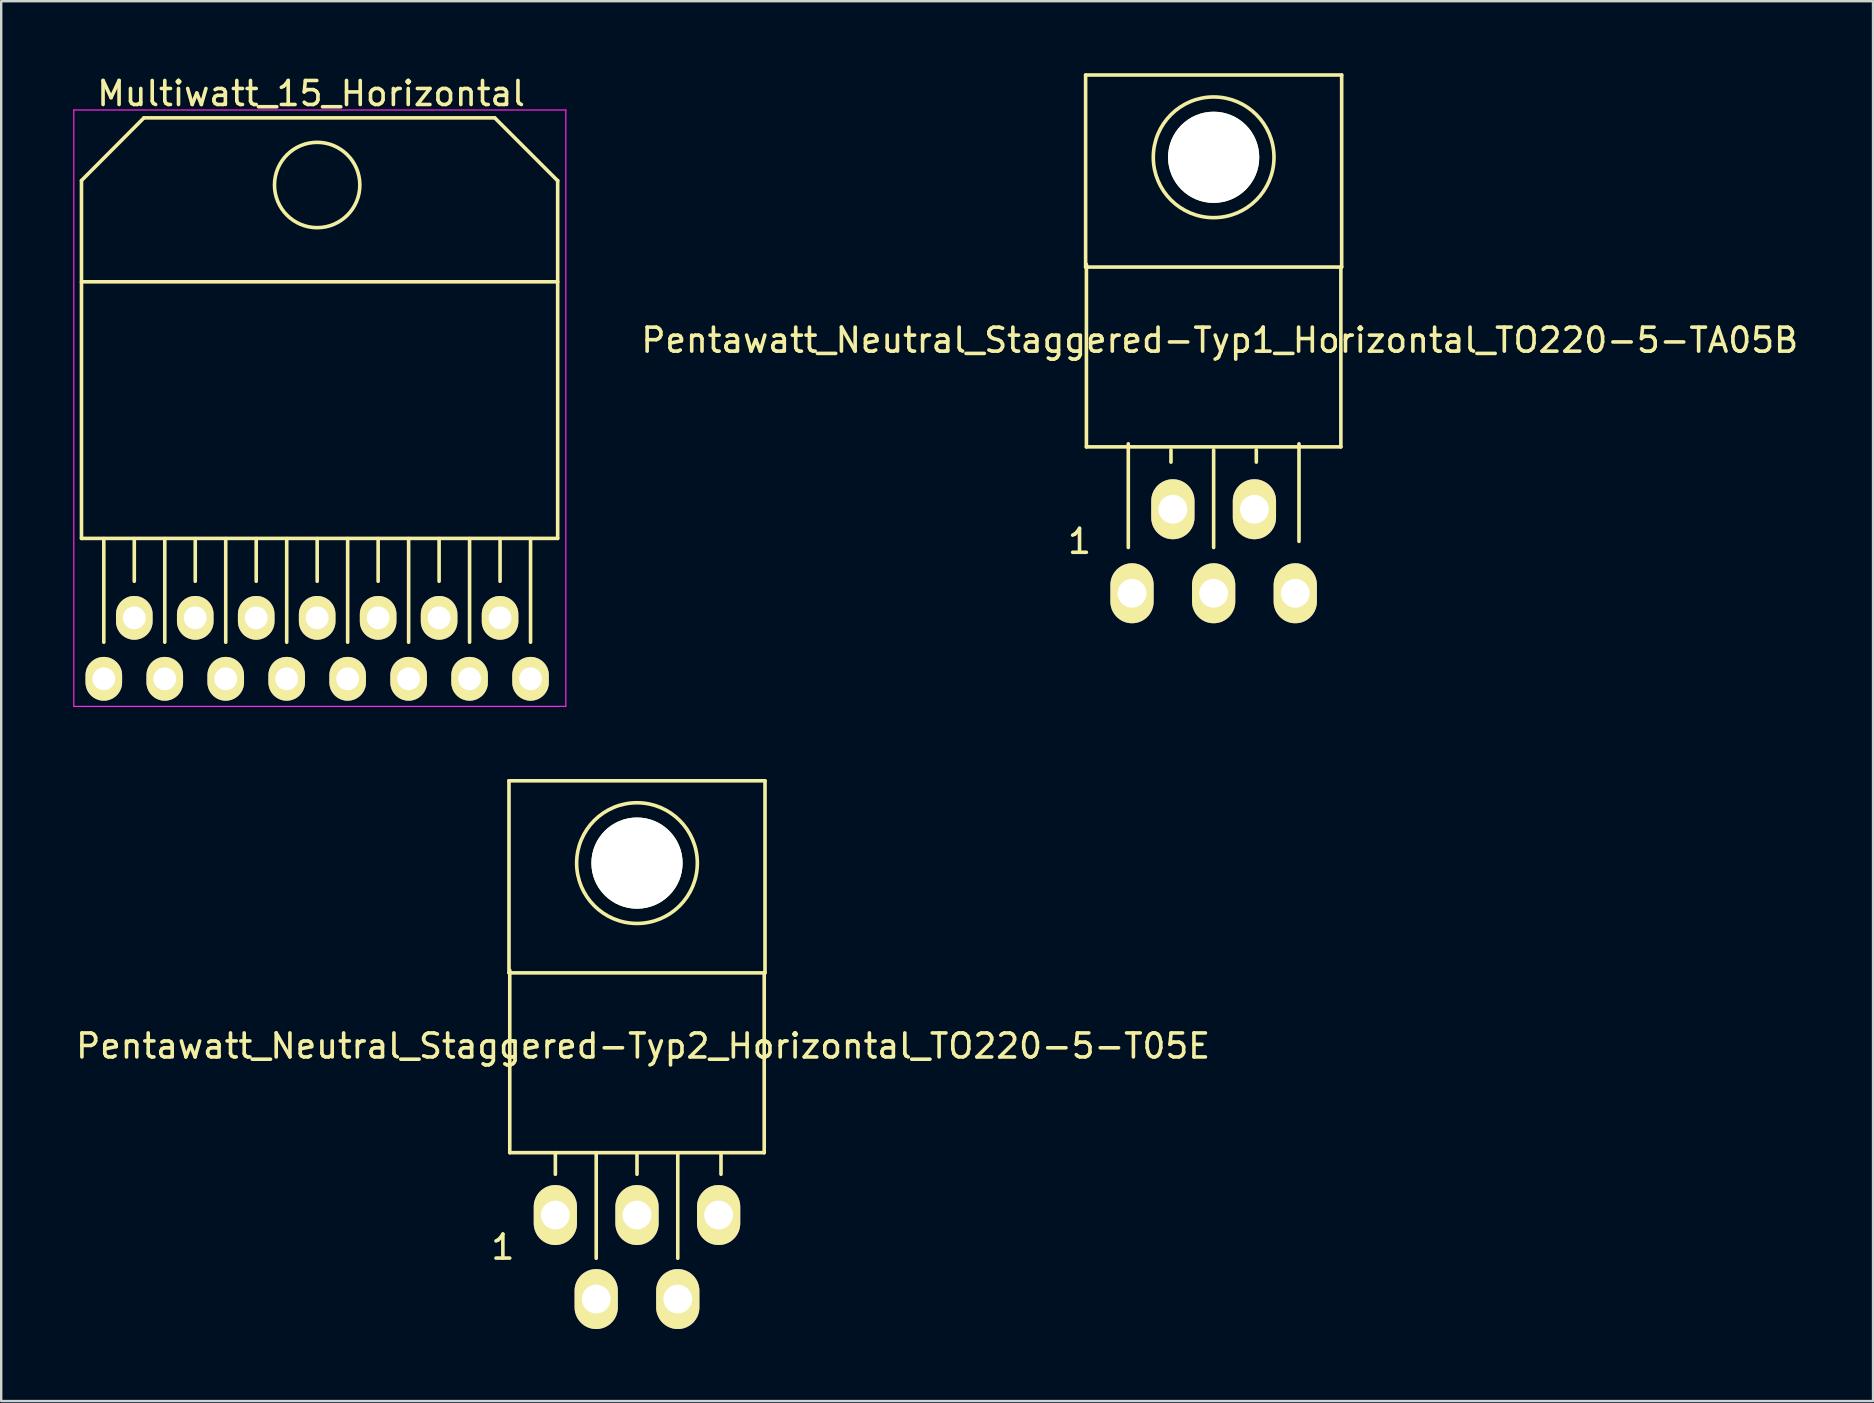
<source format=kicad_pcb>
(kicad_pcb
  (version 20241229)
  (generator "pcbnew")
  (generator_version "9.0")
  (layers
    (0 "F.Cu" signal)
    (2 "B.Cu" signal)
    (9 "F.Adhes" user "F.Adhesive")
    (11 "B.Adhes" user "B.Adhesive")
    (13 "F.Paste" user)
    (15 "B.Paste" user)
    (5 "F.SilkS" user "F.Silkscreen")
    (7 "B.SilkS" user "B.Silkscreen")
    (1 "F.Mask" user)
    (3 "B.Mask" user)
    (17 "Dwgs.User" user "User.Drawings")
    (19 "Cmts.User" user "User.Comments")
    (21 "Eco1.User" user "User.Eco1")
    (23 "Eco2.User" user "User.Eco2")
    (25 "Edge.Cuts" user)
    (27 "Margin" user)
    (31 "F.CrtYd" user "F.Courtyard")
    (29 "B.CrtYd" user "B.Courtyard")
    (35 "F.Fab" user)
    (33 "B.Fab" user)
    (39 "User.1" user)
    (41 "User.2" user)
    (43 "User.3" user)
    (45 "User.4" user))
  (footprint "Pentawatt_Neutral_Staggered-Typ2_Horizontal_TO220-5-T05E"
    (layer "F.Cu")
    (at 23.49 49.675)
    (property "Reference" "Pentawatt_Neutral_Staggered-Typ2_Horizontal_TO220-5-T05E" (at 0.254 -9.144 0) (layer "F.SilkS") (effects (font (size 1 1) (thickness 0.15))))
    (attr through_hole)
    (fp_line (start -5.334 -20.193) (end -5.334 -12.192) (stroke (width 0.15) (type solid)) (layer "F.SilkS"))
    (fp_line (start -5.301 -4.699) (end -5.301 -12.301) (stroke (width 0.15) (type solid)) (layer "F.SilkS"))
    (fp_line (start -5.301 -4.699) (end 5.301 -4.699) (stroke (width 0.15) (type solid)) (layer "F.SilkS"))
    (fp_line (start -3.401 -3.8) (end -3.401 -4.699) (stroke (width 0.15) (type solid)) (layer "F.SilkS"))
    (fp_line (start -1.699 -0.3) (end -1.699 -4.699) (stroke (width 0.15) (type solid)) (layer "F.SilkS"))
    (fp_line (start 0 -3.8) (end 0 -4.699) (stroke (width 0.15) (type solid)) (layer "F.SilkS"))
    (fp_line (start 1.699 -0.3) (end 1.699 -4.699) (stroke (width 0.15) (type solid)) (layer "F.SilkS"))
    (fp_line (start 3.5 -3.8) (end 3.5 -4.699) (stroke (width 0.15) (type solid)) (layer "F.SilkS"))
    (fp_line (start 5.301 -12.2) (end 5.301 -4.699) (stroke (width 0.15) (type solid)) (layer "F.SilkS"))
    (fp_line (start 5.334 -20.193) (end -5.334 -20.193) (stroke (width 0.15) (type solid)) (layer "F.SilkS"))
    (fp_line (start 5.334 -12.192) (end -5.334 -12.192) (stroke (width 0.15) (type solid)) (layer "F.SilkS"))
    (fp_line (start 5.334 -12.192) (end 5.334 -20.193) (stroke (width 0.15) (type solid)) (layer "F.SilkS"))
    (fp_circle (center 0 -16.764) (end 1.778 -14.986) (stroke (width 0.15) (type solid)) (fill no) (layer "F.SilkS"))
    (fp_text user "1" (at -5.588 -0.762 0) (layer "F.SilkS") (effects (font (size 1 1) (thickness 0.15))))
    (pad "" np_thru_hole circle (at 0 -16.764 90) (size 3.8 3.8) (drill 3.8) (layers "*.Cu" "*.Mask" "F.SilkS"))
    (pad "1" thru_hole oval (at -3.401 -2.101 90) (size 2.499 1.801) (drill 1.199) (layers "*.Cu" "*.Mask" "F.SilkS"))
    (pad "2" thru_hole oval (at -1.699 1.4 90) (size 2.499 1.801) (drill 1.199) (layers "*.Cu" "*.Mask" "F.SilkS"))
    (pad "3" thru_hole oval (at 0 -2.101 90) (size 2.499 1.801) (drill 1.199) (layers "*.Cu" "*.Mask" "F.SilkS"))
    (pad "4" thru_hole oval (at 1.699 1.4 90) (size 2.499 1.801) (drill 1.199) (layers "*.Cu" "*.Mask" "F.SilkS"))
    (pad "5" thru_hole oval (at 3.401 -2.101 90) (size 2.499 1.801) (drill 1.199) (layers "*.Cu" "*.Mask" "F.SilkS")))
  (footprint "Pentawatt_Neutral_Staggered-Typ1_Horizontal_TO220-5-TA05B"
    (layer "F.Cu")
    (at 47.516 20.268)
    (property "Reference" "Pentawatt_Neutral_Staggered-Typ1_Horizontal_TO220-5-TA05B" (at 0.254 -9.144 0) (layer "F.SilkS") (effects (font (size 1 1) (thickness 0.15))))
    (attr through_hole)
    (fp_line (start -5.334 -20.193) (end -5.334 -12.192) (stroke (width 0.15) (type solid)) (layer "F.SilkS"))
    (fp_line (start -5.301 -4.699) (end -5.301 -12.301) (stroke (width 0.15) (type solid)) (layer "F.SilkS"))
    (fp_line (start -5.301 -4.699) (end 5.301 -4.699) (stroke (width 0.15) (type solid)) (layer "F.SilkS"))
    (fp_line (start -3.556 -4.826) (end -3.556 -0.508) (stroke (width 0.15) (type solid)) (layer "F.SilkS"))
    (fp_line (start -1.778 -4.572) (end -1.778 -4.064) (stroke (width 0.15) (type solid)) (layer "F.SilkS"))
    (fp_line (start 0 -4.572) (end 0 -0.508) (stroke (width 0.15) (type solid)) (layer "F.SilkS"))
    (fp_line (start 1.778 -4.572) (end 1.778 -4.064) (stroke (width 0.15) (type solid)) (layer "F.SilkS"))
    (fp_line (start 3.556 -4.826) (end 3.556 -0.762) (stroke (width 0.15) (type solid)) (layer "F.SilkS"))
    (fp_line (start 5.301 -12.2) (end 5.301 -4.699) (stroke (width 0.15) (type solid)) (layer "F.SilkS"))
    (fp_line (start 5.334 -20.193) (end -5.334 -20.193) (stroke (width 0.15) (type solid)) (layer "F.SilkS"))
    (fp_line (start 5.334 -12.192) (end -5.334 -12.192) (stroke (width 0.15) (type solid)) (layer "F.SilkS"))
    (fp_line (start 5.334 -12.192) (end 5.334 -20.193) (stroke (width 0.15) (type solid)) (layer "F.SilkS"))
    (fp_circle (center 0 -16.764) (end 1.778 -14.986) (stroke (width 0.15) (type solid)) (fill no) (layer "F.SilkS"))
    (fp_text user "1" (at -5.588 -0.762 0) (layer "F.SilkS") (effects (font (size 1 1) (thickness 0.15))))
    (pad "" np_thru_hole circle (at 0 -16.764 90) (size 3.8 3.8) (drill 3.8) (layers "*.Cu" "*.Mask" "F.SilkS"))
    (pad "1" thru_hole oval (at -3.401 1.4 90) (size 2.499 1.801) (drill 1.199) (layers "*.Cu" "*.Mask" "F.SilkS"))
    (pad "2" thru_hole oval (at -1.699 -2.101 90) (size 2.499 1.801) (drill 1.199) (layers "*.Cu" "*.Mask" "F.SilkS"))
    (pad "3" thru_hole oval (at 0 1.4 90) (size 2.499 1.801) (drill 1.199) (layers "*.Cu" "*.Mask" "F.SilkS"))
    (pad "4" thru_hole oval (at 1.699 -2.101 90) (size 2.499 1.801) (drill 1.199) (layers "*.Cu" "*.Mask" "F.SilkS"))
    (pad "5" thru_hole oval (at 3.401 1.4 90) (size 2.499 1.801) (drill 1.199) (layers "*.Cu" "*.Mask" "F.SilkS")))
  (footprint "Multiwatt_15_Horizontal"
    (layer "F.Cu")
    (at 1.275 25.232)
    (property "Reference" "Multiwatt_15_Horizontal" (at 8.636 -24.384 0) (layer "F.SilkS") (effects (font (size 1 1) (thickness 0.15))))
    (attr through_hole)
    (fp_line (start -0.93 -16.54) (end 18.91 -16.54) (stroke (width 0.15) (type solid)) (layer "F.SilkS"))
    (fp_line (start -0.93 -5.85) (end -0.93 -20.76) (stroke (width 0.15) (type solid)) (layer "F.SilkS"))
    (fp_line (start 0 -1.524) (end 0 -5.842) (stroke (width 0.15) (type solid)) (layer "F.SilkS"))
    (fp_line (start 1.27 -4.064) (end 1.27 -5.842) (stroke (width 0.15) (type solid)) (layer "F.SilkS"))
    (fp_line (start 1.67 -23.37) (end -0.93 -20.76) (stroke (width 0.15) (type solid)) (layer "F.SilkS"))
    (fp_line (start 2.54 -1.524) (end 2.54 -5.842) (stroke (width 0.15) (type solid)) (layer "F.SilkS"))
    (fp_line (start 3.81 -4.064) (end 3.81 -5.842) (stroke (width 0.15) (type solid)) (layer "F.SilkS"))
    (fp_line (start 5.08 -1.524) (end 5.08 -5.842) (stroke (width 0.15) (type solid)) (layer "F.SilkS"))
    (fp_line (start 6.35 -4.064) (end 6.35 -5.842) (stroke (width 0.15) (type solid)) (layer "F.SilkS"))
    (fp_line (start 7.62 -1.524) (end 7.62 -5.842) (stroke (width 0.15) (type solid)) (layer "F.SilkS"))
    (fp_line (start 8.89 -4.064) (end 8.89 -5.842) (stroke (width 0.15) (type solid)) (layer "F.SilkS"))
    (fp_line (start 10.16 -1.524) (end 10.16 -5.842) (stroke (width 0.15) (type solid)) (layer "F.SilkS"))
    (fp_line (start 11.43 -4.064) (end 11.43 -5.842) (stroke (width 0.15) (type solid)) (layer "F.SilkS"))
    (fp_line (start 12.7 -1.524) (end 12.7 -5.842) (stroke (width 0.15) (type solid)) (layer "F.SilkS"))
    (fp_line (start 13.97 -4.064) (end 13.97 -5.842) (stroke (width 0.15) (type solid)) (layer "F.SilkS"))
    (fp_line (start 15.24 -1.524) (end 15.24 -5.842) (stroke (width 0.15) (type solid)) (layer "F.SilkS"))
    (fp_line (start 16.29 -23.37) (end 1.67 -23.37) (stroke (width 0.15) (type solid)) (layer "F.SilkS"))
    (fp_line (start 16.51 -4.064) (end 16.51 -5.842) (stroke (width 0.15) (type solid)) (layer "F.SilkS"))
    (fp_line (start 17.78 -1.524) (end 17.78 -5.842) (stroke (width 0.15) (type solid)) (layer "F.SilkS"))
    (fp_line (start 18.91 -20.75) (end 16.29 -23.37) (stroke (width 0.15) (type solid)) (layer "F.SilkS"))
    (fp_line (start 18.91 -5.85) (end -0.93 -5.85) (stroke (width 0.15) (type solid)) (layer "F.SilkS"))
    (fp_line (start 18.91 -5.85) (end 18.91 -20.76) (stroke (width 0.15) (type solid)) (layer "F.SilkS"))
    (fp_circle (center 8.89 -20.574) (end 8.89 -22.352) (stroke (width 0.15) (type solid)) (fill no) (layer "F.SilkS"))
    (fp_line (start -1.25 -23.7) (end 19.25 -23.7) (stroke (width 0.05) (type solid)) (layer "F.CrtYd"))
    (fp_line (start -1.25 1.15) (end -1.25 -23.7) (stroke (width 0.05) (type solid)) (layer "F.CrtYd"))
    (fp_line (start -1.25 1.15) (end 19.25 1.15) (stroke (width 0.05) (type solid)) (layer "F.CrtYd"))
    (fp_line (start 19.25 1.15) (end 19.25 -23.7) (stroke (width 0.05) (type solid)) (layer "F.CrtYd"))
    (pad "1" thru_hole oval (at 0 0) (size 1.524 1.824) (drill 0.95) (layers "*.Cu" "*.Mask" "F.SilkS"))
    (pad "2" thru_hole oval (at 1.27 -2.54) (size 1.524 1.824) (drill 0.95) (layers "*.Cu" "*.Mask" "F.SilkS"))
    (pad "3" thru_hole oval (at 2.54 0) (size 1.524 1.824) (drill 0.95) (layers "*.Cu" "*.Mask" "F.SilkS"))
    (pad "4" thru_hole oval (at 3.81 -2.54) (size 1.524 1.824) (drill 0.95) (layers "*.Cu" "*.Mask" "F.SilkS"))
    (pad "5" thru_hole oval (at 5.08 0) (size 1.524 1.824) (drill 0.95) (layers "*.Cu" "*.Mask" "F.SilkS"))
    (pad "6" thru_hole oval (at 6.35 -2.54) (size 1.524 1.824) (drill 0.95) (layers "*.Cu" "*.Mask" "F.SilkS"))
    (pad "7" thru_hole oval (at 7.62 0) (size 1.524 1.824) (drill 0.95) (layers "*.Cu" "*.Mask" "F.SilkS"))
    (pad "8" thru_hole oval (at 8.89 -2.54) (size 1.524 1.824) (drill 0.95) (layers "*.Cu" "*.Mask" "F.SilkS"))
    (pad "9" thru_hole oval (at 10.16 0) (size 1.524 1.824) (drill 0.95) (layers "*.Cu" "*.Mask" "F.SilkS"))
    (pad "10" thru_hole oval (at 11.43 -2.54) (size 1.524 1.824) (drill 0.95) (layers "*.Cu" "*.Mask" "F.SilkS"))
    (pad "11" thru_hole oval (at 12.7 0) (size 1.524 1.824) (drill 0.95) (layers "*.Cu" "*.Mask" "F.SilkS"))
    (pad "12" thru_hole oval (at 13.97 -2.54) (size 1.524 1.824) (drill 0.95) (layers "*.Cu" "*.Mask" "F.SilkS"))
    (pad "13" thru_hole oval (at 15.24 0) (size 1.524 1.824) (drill 0.95) (layers "*.Cu" "*.Mask" "F.SilkS"))
    (pad "14" thru_hole oval (at 16.51 -2.54) (size 1.524 1.824) (drill 0.95) (layers "*.Cu" "*.Mask" "F.SilkS"))
    (pad "15" thru_hole oval (at 17.78 0) (size 1.524 1.824) (drill 0.95) (layers "*.Cu" "*.Mask" "F.SilkS")))
  (gr_rect
    (start -3 -3)
    (end 74.99 55.324)
    (stroke (width 0.1) (type default))
    (fill no)
    (layer "Edge.Cuts")))
</source>
